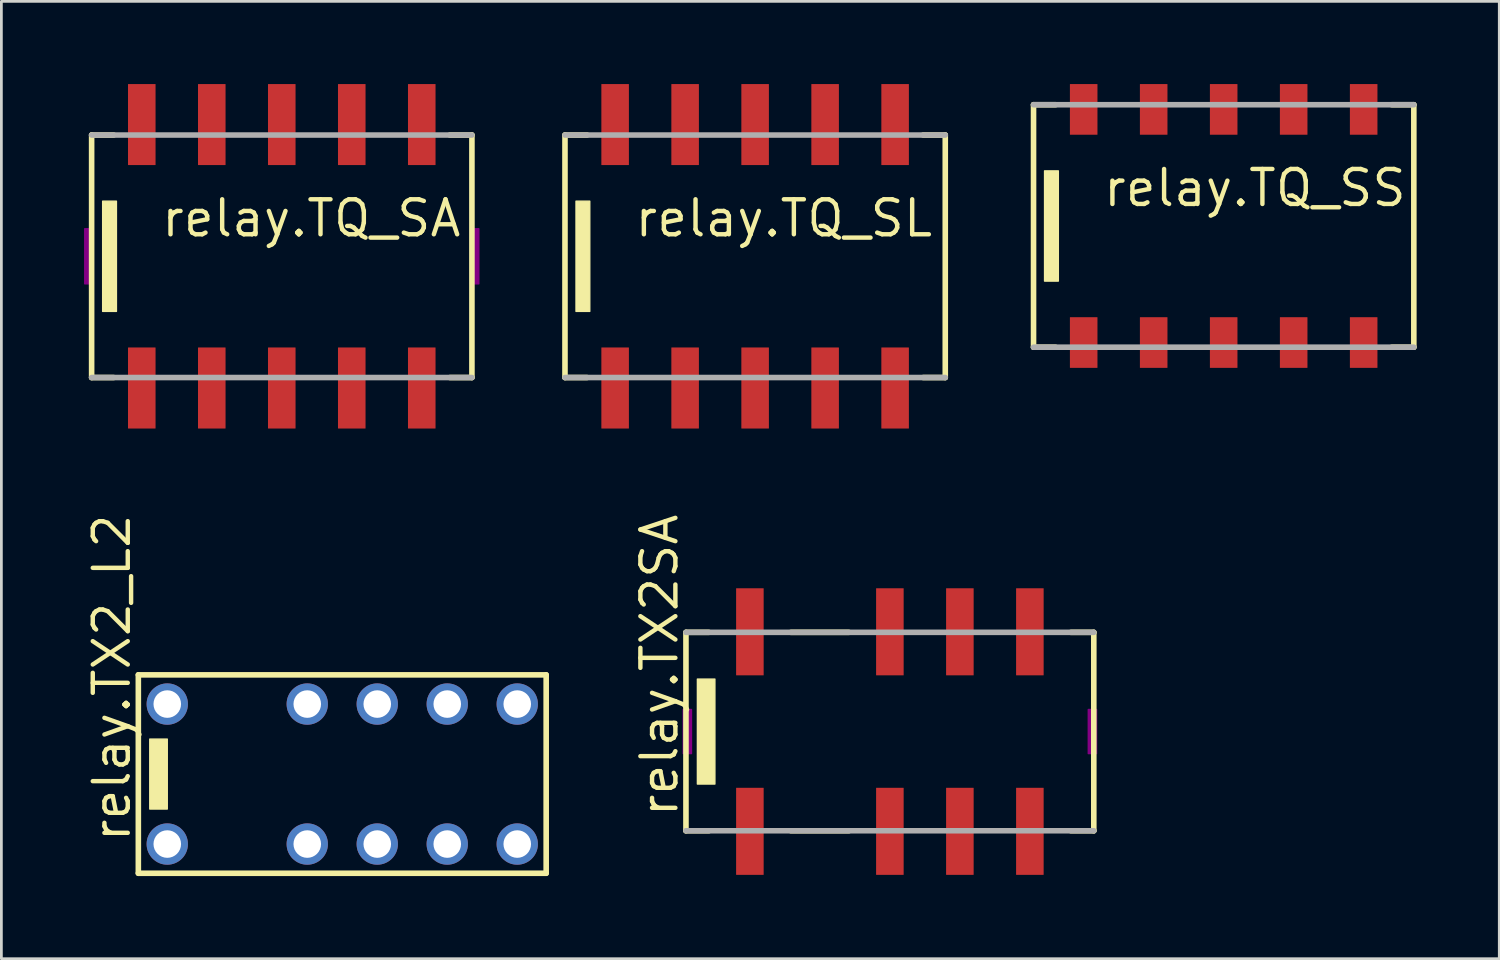
<source format=kicad_pcb>
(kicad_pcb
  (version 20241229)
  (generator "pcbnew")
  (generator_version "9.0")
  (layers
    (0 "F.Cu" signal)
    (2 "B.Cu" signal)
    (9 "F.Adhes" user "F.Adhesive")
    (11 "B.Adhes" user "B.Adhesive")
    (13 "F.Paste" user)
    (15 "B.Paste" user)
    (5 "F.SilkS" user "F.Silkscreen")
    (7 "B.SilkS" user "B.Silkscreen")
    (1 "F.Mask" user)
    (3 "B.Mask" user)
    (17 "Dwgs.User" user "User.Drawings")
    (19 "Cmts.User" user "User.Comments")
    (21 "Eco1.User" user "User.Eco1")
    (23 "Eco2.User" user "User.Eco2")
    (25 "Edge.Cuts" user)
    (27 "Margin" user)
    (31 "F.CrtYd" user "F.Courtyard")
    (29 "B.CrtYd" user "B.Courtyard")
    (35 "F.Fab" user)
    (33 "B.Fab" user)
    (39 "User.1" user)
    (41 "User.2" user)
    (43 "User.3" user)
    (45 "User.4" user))
  (footprint "relay.TX2_L2"
    (layer "F.Cu")
    (at 9.37 25.039)
    (property "Reference" "relay.TX2_L2" (at -7.62 2.54 90) (layer "F.SilkS") (effects (font (size 1.27 1.27) (thickness 0.16)) (justify left bottom)))
    (attr through_hole)
    (fp_line (start -7.4 -3.6) (end 7.4 -3.6) (stroke (width 0.203) (type default)) (layer "F.SilkS"))
    (fp_line (start -7.4 3.6) (end -7.4 -3.6) (stroke (width 0.203) (type default)) (layer "F.SilkS"))
    (fp_line (start 7.4 -3.6) (end 7.4 3.6) (stroke (width 0.203) (type default)) (layer "F.SilkS"))
    (fp_line (start 7.4 3.6) (end -7.4 3.6) (stroke (width 0.203) (type default)) (layer "F.SilkS"))
    (fp_rect (start -6.985 1.27) (end -6.35 -1.27) (stroke (width 0.05) (type default)) (fill yes) (layer "F.SilkS"))
    (pad "1" thru_hole circle (at -6.35 2.54) (size 1.5 1.5) (drill 1) (layers "*.Cu" "*.Mask"))
    (pad "3" thru_hole circle (at -1.27 2.54) (size 1.5 1.5) (drill 1) (layers "*.Cu" "*.Mask"))
    (pad "4" thru_hole circle (at 1.27 2.54) (size 1.5 1.5) (drill 1) (layers "*.Cu" "*.Mask"))
    (pad "5" thru_hole circle (at 3.81 2.54) (size 1.5 1.5) (drill 1) (layers "*.Cu" "*.Mask"))
    (pad "6" thru_hole circle (at 6.35 2.54) (size 1.5 1.5) (drill 1) (layers "*.Cu" "*.Mask"))
    (pad "7" thru_hole circle (at 6.35 -2.54) (size 1.5 1.5) (drill 1) (layers "*.Cu" "*.Mask"))
    (pad "8" thru_hole circle (at 3.81 -2.54) (size 1.5 1.5) (drill 1) (layers "*.Cu" "*.Mask"))
    (pad "9" thru_hole circle (at 1.27 -2.54) (size 1.5 1.5) (drill 1) (layers "*.Cu" "*.Mask"))
    (pad "10" thru_hole circle (at -1.27 -2.54) (size 1.5 1.5) (drill 1) (layers "*.Cu" "*.Mask"))
    (pad "12" thru_hole circle (at -6.35 -2.54) (size 1.5 1.5) (drill 1) (layers "*.Cu" "*.Mask")))
  (footprint "relay.TQ_SL"
    (layer "F.Cu")
    (at 24.352 6.25)
    (property "Reference" "relay.TQ_SL" (at -4.445 -0.635 0) (layer "F.SilkS") (effects (font (size 1.27 1.27) (thickness 0.16)) (justify left bottom)))
    (attr smd)
    (fp_line (start -6.9 -4.4) (end -6.1 -4.4) (stroke (width 0.203) (type default)) (layer "F.SilkS"))
    (fp_line (start -6.9 4.4) (end -6.9 -4.4) (stroke (width 0.203) (type default)) (layer "F.SilkS"))
    (fp_line (start -6.1 4.4) (end -6.9 4.4) (stroke (width 0.203) (type default)) (layer "F.SilkS"))
    (fp_line (start 6.1 -4.4) (end 6.9 -4.4) (stroke (width 0.203) (type default)) (layer "F.SilkS"))
    (fp_line (start 6.9 -4.4) (end 6.9 4.4) (stroke (width 0.203) (type default)) (layer "F.SilkS"))
    (fp_line (start 6.9 4.4) (end 6.1 4.4) (stroke (width 0.203) (type default)) (layer "F.SilkS"))
    (fp_rect (start -6.5 2) (end -6 -2) (stroke (width 0.05) (type default)) (fill yes) (layer "F.SilkS"))
    (fp_line (start -6.9 -4.4) (end 6.9 -4.4) (stroke (width 0.203) (type default)) (layer "F.Fab"))
    (fp_line (start 6.9 4.4) (end -6.9 4.4) (stroke (width 0.203) (type default)) (layer "F.Fab"))
    (pad "1" smd roundrect (at -5.08 4.78) (size 1 2.94) (layers "F.Cu" "F.Mask" "F.Paste") (roundrect_rratio 0.01))
    (pad "2" smd roundrect (at -2.54 4.78) (size 1 2.94) (layers "F.Cu" "F.Mask" "F.Paste") (roundrect_rratio 0.01))
    (pad "3" smd roundrect (at 0 4.78) (size 1 2.94) (layers "F.Cu" "F.Mask" "F.Paste") (roundrect_rratio 0.01))
    (pad "4" smd roundrect (at 2.54 4.78) (size 1 2.94) (layers "F.Cu" "F.Mask" "F.Paste") (roundrect_rratio 0.01))
    (pad "5" smd roundrect (at 5.08 4.78) (size 1 2.94) (layers "F.Cu" "F.Mask" "F.Paste") (roundrect_rratio 0.01))
    (pad "6" smd roundrect (at 5.08 -4.78 180) (size 1 2.94) (layers "F.Cu" "F.Mask" "F.Paste") (roundrect_rratio 0.01))
    (pad "7" smd roundrect (at 2.54 -4.78 180) (size 1 2.94) (layers "F.Cu" "F.Mask" "F.Paste") (roundrect_rratio 0.01))
    (pad "8" smd roundrect (at 0 -4.78 180) (size 1 2.94) (layers "F.Cu" "F.Mask" "F.Paste") (roundrect_rratio 0.01))
    (pad "9" smd roundrect (at -2.54 -4.78 180) (size 1 2.94) (layers "F.Cu" "F.Mask" "F.Paste") (roundrect_rratio 0.01))
    (pad "10" smd roundrect (at -5.08 -4.78 180) (size 1 2.94) (layers "F.Cu" "F.Mask" "F.Paste") (roundrect_rratio 0.01)))
  (footprint "relay.TQ_SA"
    (layer "F.Cu")
    (at 7.175 6.25)
    (property "Reference" "relay.TQ_SA" (at -4.445 -0.635 0) (layer "F.SilkS") (effects (font (size 1.27 1.27) (thickness 0.16)) (justify left bottom)))
    (attr smd)
    (fp_line (start -6.9 -4.4) (end -6.1 -4.4) (stroke (width 0.203) (type default)) (layer "F.SilkS"))
    (fp_line (start -6.9 4.4) (end -6.9 -4.4) (stroke (width 0.203) (type default)) (layer "F.SilkS"))
    (fp_line (start -6.1 4.4) (end -6.9 4.4) (stroke (width 0.203) (type default)) (layer "F.SilkS"))
    (fp_line (start 6.1 -4.4) (end 6.9 -4.4) (stroke (width 0.203) (type default)) (layer "F.SilkS"))
    (fp_line (start 6.9 -4.4) (end 6.9 4.4) (stroke (width 0.203) (type default)) (layer "F.SilkS"))
    (fp_line (start 6.9 4.4) (end 6.1 4.4) (stroke (width 0.203) (type default)) (layer "F.SilkS"))
    (fp_rect (start -6.5 2) (end -6 -2) (stroke (width 0.05) (type default)) (fill yes) (layer "F.SilkS"))
    (fp_rect (start -7.15 1) (end -6.85 -1) (stroke (width 0.05) (type default)) (fill yes) (layer "F.Adhes"))
    (fp_rect (start 6.85 1) (end 7.15 -1) (stroke (width 0.05) (type default)) (fill yes) (layer "F.Adhes"))
    (fp_line (start -6.9 -4.4) (end 6.9 -4.4) (stroke (width 0.203) (type default)) (layer "F.Fab"))
    (fp_line (start 6.9 4.4) (end -6.9 4.4) (stroke (width 0.203) (type default)) (layer "F.Fab"))
    (pad "1" smd roundrect (at -5.08 4.78) (size 1 2.94) (layers "F.Cu" "F.Mask" "F.Paste") (roundrect_rratio 0.01))
    (pad "2" smd roundrect (at -2.54 4.78) (size 1 2.94) (layers "F.Cu" "F.Mask" "F.Paste") (roundrect_rratio 0.01))
    (pad "3" smd roundrect (at 0 4.78) (size 1 2.94) (layers "F.Cu" "F.Mask" "F.Paste") (roundrect_rratio 0.01))
    (pad "4" smd roundrect (at 2.54 4.78) (size 1 2.94) (layers "F.Cu" "F.Mask" "F.Paste") (roundrect_rratio 0.01))
    (pad "5" smd roundrect (at 5.08 4.78) (size 1 2.94) (layers "F.Cu" "F.Mask" "F.Paste") (roundrect_rratio 0.01))
    (pad "6" smd roundrect (at 5.08 -4.78 180) (size 1 2.94) (layers "F.Cu" "F.Mask" "F.Paste") (roundrect_rratio 0.01))
    (pad "7" smd roundrect (at 2.54 -4.78 180) (size 1 2.94) (layers "F.Cu" "F.Mask" "F.Paste") (roundrect_rratio 0.01))
    (pad "8" smd roundrect (at 0 -4.78 180) (size 1 2.94) (layers "F.Cu" "F.Mask" "F.Paste") (roundrect_rratio 0.01))
    (pad "9" smd roundrect (at -2.54 -4.78 180) (size 1 2.94) (layers "F.Cu" "F.Mask" "F.Paste") (roundrect_rratio 0.01))
    (pad "10" smd roundrect (at -5.08 -4.78 180) (size 1 2.94) (layers "F.Cu" "F.Mask" "F.Paste") (roundrect_rratio 0.01)))
  (footprint "relay.TX2SA"
    (layer "F.Cu")
    (at 29.242 23.497)
    (property "Reference" "relay.TX2SA" (at -7.62 3.175 90) (layer "F.SilkS") (effects (font (size 1.27 1.27) (thickness 0.16)) (justify left bottom)))
    (attr smd)
    (fp_line (start -7.4 -3.6) (end -6.57 -3.6) (stroke (width 0.203) (type default)) (layer "F.SilkS"))
    (fp_line (start -7.4 3.6) (end -7.4 -3.6) (stroke (width 0.203) (type default)) (layer "F.SilkS"))
    (fp_line (start -6.57 3.6) (end -7.4 3.6) (stroke (width 0.203) (type default)) (layer "F.SilkS"))
    (fp_line (start -3.59 -3.6) (end -1.49 -3.6) (stroke (width 0.203) (type default)) (layer "F.SilkS"))
    (fp_line (start -1.49 3.6) (end -3.59 3.6) (stroke (width 0.203) (type default)) (layer "F.SilkS"))
    (fp_line (start 6.57 -3.6) (end 7.4 -3.6) (stroke (width 0.203) (type default)) (layer "F.SilkS"))
    (fp_line (start 7.4 -3.6) (end 7.4 3.6) (stroke (width 0.203) (type default)) (layer "F.SilkS"))
    (fp_line (start 7.4 3.6) (end 6.57 3.6) (stroke (width 0.203) (type default)) (layer "F.SilkS"))
    (fp_rect (start -6.985 1.905) (end -6.35 -1.905) (stroke (width 0.05) (type default)) (fill yes) (layer "F.SilkS"))
    (fp_rect (start -7.5 0.8) (end -7.2 -0.8) (stroke (width 0.05) (type default)) (fill yes) (layer "F.Adhes"))
    (fp_rect (start 7.2 0.8) (end 7.5 -0.8) (stroke (width 0.05) (type default)) (fill yes) (layer "F.Adhes"))
    (fp_line (start -7.4 -3.6) (end 7.4 -3.6) (stroke (width 0.203) (type default)) (layer "F.Fab"))
    (fp_line (start 7.4 3.6) (end -7.4 3.6) (stroke (width 0.203) (type default)) (layer "F.Fab"))
    (pad "1" smd roundrect (at -5.08 3.62) (size 1 3.16) (layers "F.Cu" "F.Mask" "F.Paste") (roundrect_rratio 0.01))
    (pad "3" smd roundrect (at 0 3.62) (size 1 3.16) (layers "F.Cu" "F.Mask" "F.Paste") (roundrect_rratio 0.01))
    (pad "4" smd roundrect (at 2.54 3.62) (size 1 3.16) (layers "F.Cu" "F.Mask" "F.Paste") (roundrect_rratio 0.01))
    (pad "5" smd roundrect (at 5.08 3.62) (size 1 3.16) (layers "F.Cu" "F.Mask" "F.Paste") (roundrect_rratio 0.01))
    (pad "8" smd roundrect (at 5.08 -3.62 180) (size 1 3.16) (layers "F.Cu" "F.Mask" "F.Paste") (roundrect_rratio 0.01))
    (pad "9" smd roundrect (at 2.54 -3.62 180) (size 1 3.16) (layers "F.Cu" "F.Mask" "F.Paste") (roundrect_rratio 0.01))
    (pad "10" smd roundrect (at 0 -3.62 180) (size 1 3.16) (layers "F.Cu" "F.Mask" "F.Paste") (roundrect_rratio 0.01))
    (pad "12" smd roundrect (at -5.08 -3.62 180) (size 1 3.16) (layers "F.Cu" "F.Mask" "F.Paste") (roundrect_rratio 0.01)))
  (footprint "relay.TQ_SS"
    (layer "F.Cu")
    (at 41.355 5.15)
    (property "Reference" "relay.TQ_SS" (at -4.445 -0.635 0) (layer "F.SilkS") (effects (font (size 1.27 1.27) (thickness 0.16)) (justify left bottom)))
    (attr smd)
    (fp_line (start -6.9 -4.4) (end -6.1 -4.4) (stroke (width 0.203) (type default)) (layer "F.SilkS"))
    (fp_line (start -6.9 4.4) (end -6.9 -4.4) (stroke (width 0.203) (type default)) (layer "F.SilkS"))
    (fp_line (start -6.1 4.4) (end -6.9 4.4) (stroke (width 0.203) (type default)) (layer "F.SilkS"))
    (fp_line (start 6.1 -4.4) (end 6.9 -4.4) (stroke (width 0.203) (type default)) (layer "F.SilkS"))
    (fp_line (start 6.9 -4.4) (end 6.9 4.4) (stroke (width 0.203) (type default)) (layer "F.SilkS"))
    (fp_line (start 6.9 4.4) (end 6.1 4.4) (stroke (width 0.203) (type default)) (layer "F.SilkS"))
    (fp_rect (start -6.5 2) (end -6 -2) (stroke (width 0.05) (type default)) (fill yes) (layer "F.SilkS"))
    (fp_line (start -6.9 -4.4) (end 6.9 -4.4) (stroke (width 0.203) (type default)) (layer "F.Fab"))
    (fp_line (start 6.9 4.4) (end -6.9 4.4) (stroke (width 0.203) (type default)) (layer "F.Fab"))
    (pad "1" smd roundrect (at -5.08 4.23) (size 1 1.84) (layers "F.Cu" "F.Mask" "F.Paste") (roundrect_rratio 0.01))
    (pad "2" smd roundrect (at -2.54 4.23) (size 1 1.84) (layers "F.Cu" "F.Mask" "F.Paste") (roundrect_rratio 0.01))
    (pad "3" smd roundrect (at 0 4.23) (size 1 1.84) (layers "F.Cu" "F.Mask" "F.Paste") (roundrect_rratio 0.01))
    (pad "4" smd roundrect (at 2.54 4.23) (size 1 1.84) (layers "F.Cu" "F.Mask" "F.Paste") (roundrect_rratio 0.01))
    (pad "5" smd roundrect (at 5.08 4.23) (size 1 1.84) (layers "F.Cu" "F.Mask" "F.Paste") (roundrect_rratio 0.01))
    (pad "6" smd roundrect (at 5.08 -4.23 180) (size 1 1.84) (layers "F.Cu" "F.Mask" "F.Paste") (roundrect_rratio 0.01))
    (pad "7" smd roundrect (at 2.54 -4.23 180) (size 1 1.84) (layers "F.Cu" "F.Mask" "F.Paste") (roundrect_rratio 0.01))
    (pad "8" smd roundrect (at 0 -4.23 180) (size 1 1.84) (layers "F.Cu" "F.Mask" "F.Paste") (roundrect_rratio 0.01))
    (pad "9" smd roundrect (at -2.54 -4.23 180) (size 1 1.84) (layers "F.Cu" "F.Mask" "F.Paste") (roundrect_rratio 0.01))
    (pad "10" smd roundrect (at -5.08 -4.23 180) (size 1 1.84) (layers "F.Cu" "F.Mask" "F.Paste") (roundrect_rratio 0.01)))
  (gr_rect
    (start -3 -3)
    (end 51.356 31.741)
    (stroke (width 0.1) (type default))
    (fill no)
    (layer "Edge.Cuts")))
</source>
